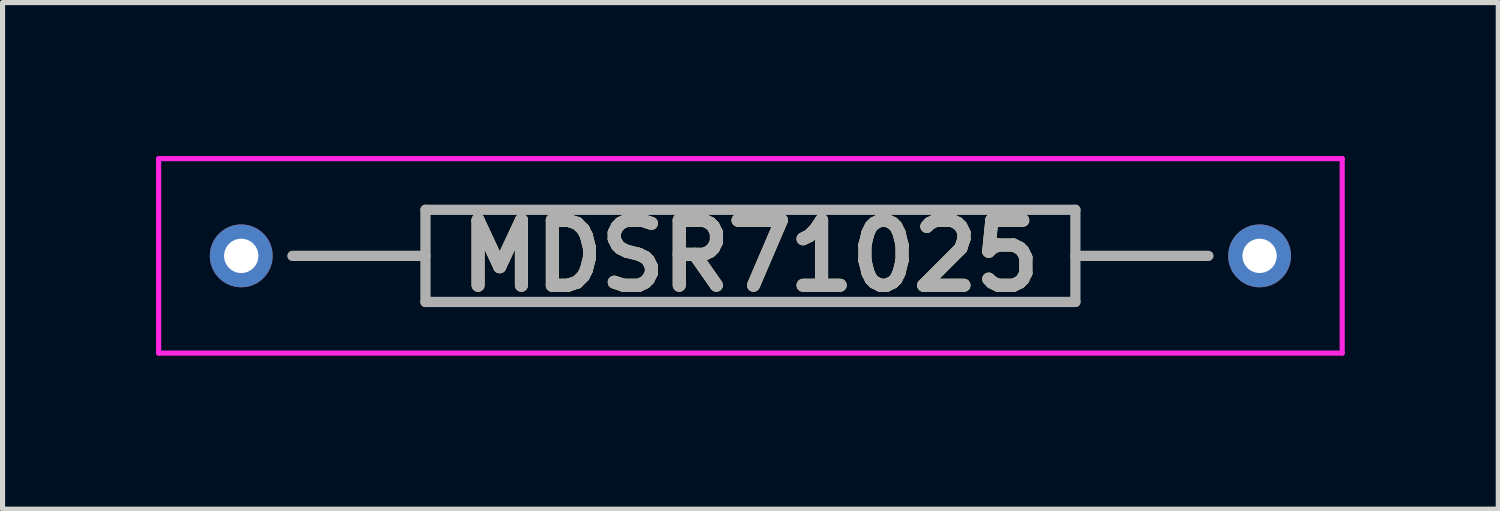
<source format=kicad_pcb>
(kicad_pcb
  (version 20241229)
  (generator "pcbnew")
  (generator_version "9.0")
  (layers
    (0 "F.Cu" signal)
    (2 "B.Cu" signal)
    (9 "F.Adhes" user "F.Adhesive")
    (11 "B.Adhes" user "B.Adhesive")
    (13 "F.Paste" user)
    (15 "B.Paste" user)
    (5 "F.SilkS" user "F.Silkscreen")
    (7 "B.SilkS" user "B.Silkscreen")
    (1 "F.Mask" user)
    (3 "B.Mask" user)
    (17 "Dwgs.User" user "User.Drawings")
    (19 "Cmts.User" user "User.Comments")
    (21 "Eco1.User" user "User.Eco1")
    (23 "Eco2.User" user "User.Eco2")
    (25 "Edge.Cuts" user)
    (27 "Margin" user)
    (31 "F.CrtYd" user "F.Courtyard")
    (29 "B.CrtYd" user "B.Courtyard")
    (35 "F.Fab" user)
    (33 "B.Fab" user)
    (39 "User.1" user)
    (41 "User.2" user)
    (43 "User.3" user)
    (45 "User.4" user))
  (footprint "MDSR71025"
    (layer "F.Cu")
    (at 1.664 1.95)
    (property "Reference" "MDSR71025" (at 9.95 0 0) (layer "F.SilkS") (effects (font (size 1.27 1.27) (thickness 0.254))))
    (attr through_hole)
    (fp_line (start 3.6 -0.9) (end 16.3 -0.9) (stroke (width 0.1) (type solid)) (layer "F.SilkS"))
    (fp_line (start 3.6 0.9) (end 3.6 -0.9) (stroke (width 0.1) (type solid)) (layer "F.SilkS"))
    (fp_line (start 16.3 -0.9) (end 16.3 0.9) (stroke (width 0.1) (type solid)) (layer "F.SilkS"))
    (fp_line (start 16.3 0.9) (end 3.6 0.9) (stroke (width 0.1) (type solid)) (layer "F.SilkS"))
    (fp_line (start -1.614 -1.9) (end 21.514 -1.9) (stroke (width 0.1) (type solid)) (layer "F.CrtYd"))
    (fp_line (start -1.614 1.9) (end -1.614 -1.9) (stroke (width 0.1) (type solid)) (layer "F.CrtYd"))
    (fp_line (start 21.514 -1.9) (end 21.514 1.9) (stroke (width 0.1) (type solid)) (layer "F.CrtYd"))
    (fp_line (start 21.514 1.9) (end -1.614 1.9) (stroke (width 0.1) (type solid)) (layer "F.CrtYd"))
    (fp_line (start 1 0) (end 3.6 0) (stroke (width 0.2) (type solid)) (layer "F.Fab"))
    (fp_line (start 3.6 -0.9) (end 16.3 -0.9) (stroke (width 0.2) (type solid)) (layer "F.Fab"))
    (fp_line (start 3.6 0.9) (end 3.6 -0.9) (stroke (width 0.2) (type solid)) (layer "F.Fab"))
    (fp_line (start 16.3 -0.9) (end 16.3 0.9) (stroke (width 0.2) (type solid)) (layer "F.Fab"))
    (fp_line (start 16.3 0) (end 18.9 0) (stroke (width 0.2) (type solid)) (layer "F.Fab"))
    (fp_line (start 16.3 0.9) (end 3.6 0.9) (stroke (width 0.2) (type solid)) (layer "F.Fab"))
    (fp_text user "${REFERENCE}" (at 9.95 0 0) (layer "F.Fab") (effects (font (size 1.27 1.27) (thickness 0.254))))
    (pad "1" thru_hole circle (at 0 0) (size 1.228 1.228) (drill 0.67) (layers "*.Cu" "*.Mask"))
    (pad "2" thru_hole circle (at 19.9 0) (size 1.228 1.228) (drill 0.67) (layers "*.Cu" "*.Mask")))
  (gr_rect
    (start -3 -3)
    (end 26.228 6.9)
    (stroke (width 0.1) (type default))
    (fill no)
    (layer "Edge.Cuts")))
</source>
